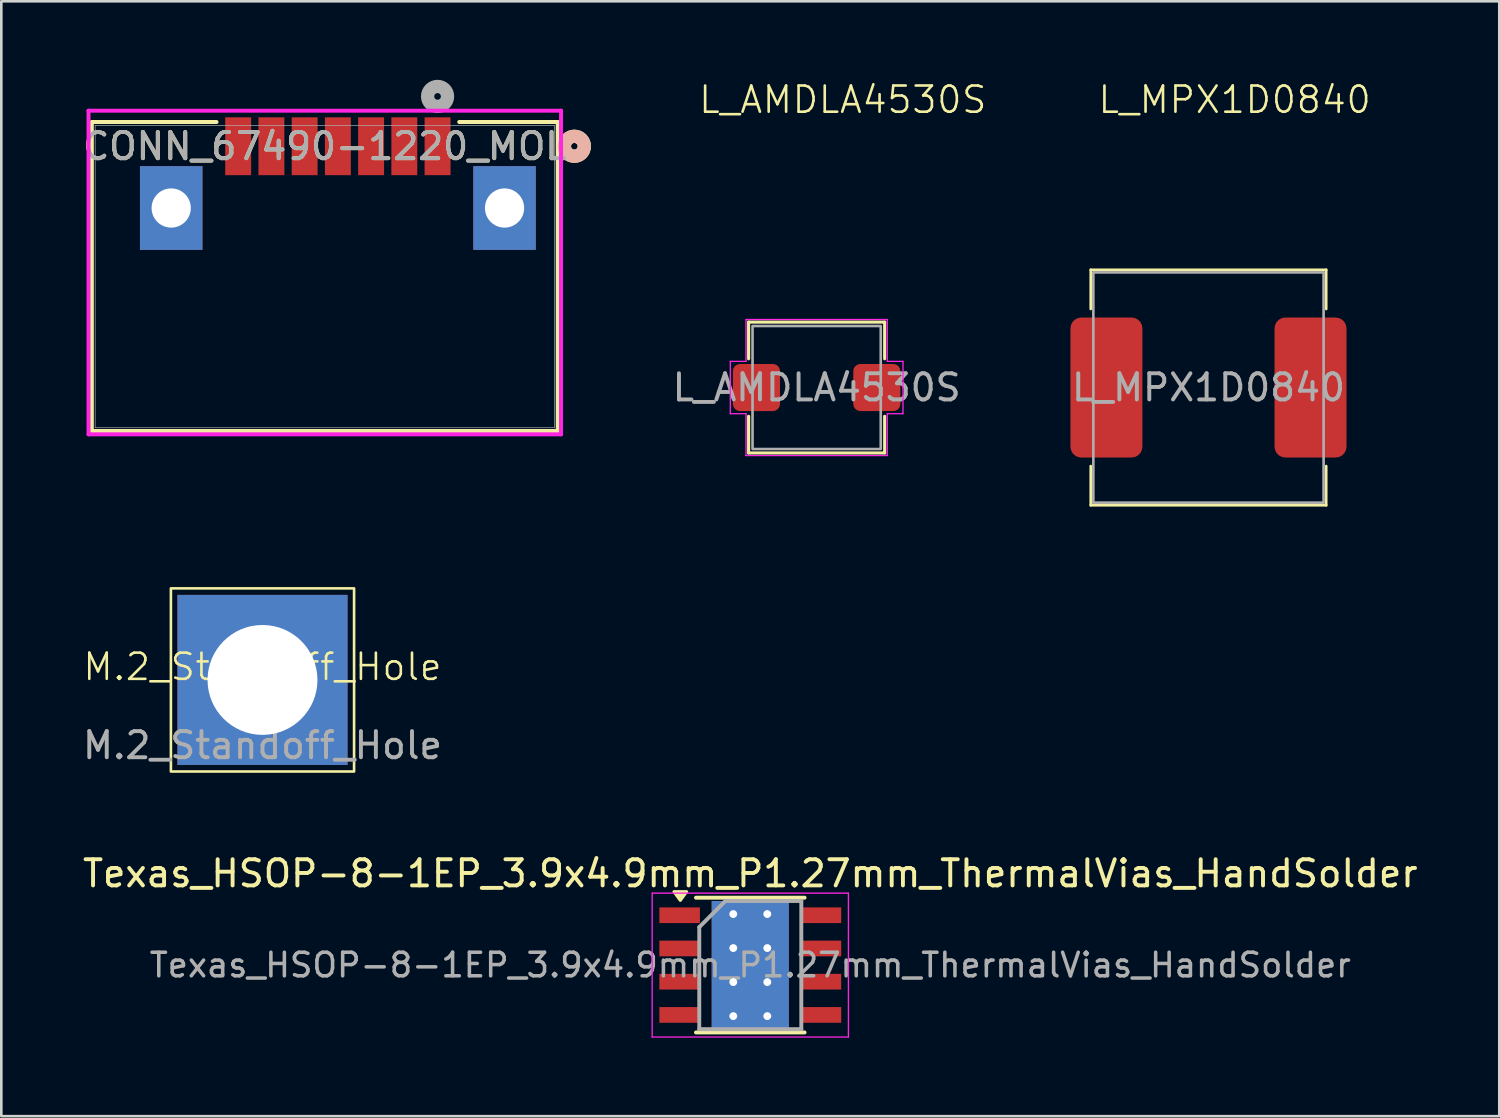
<source format=kicad_pcb>
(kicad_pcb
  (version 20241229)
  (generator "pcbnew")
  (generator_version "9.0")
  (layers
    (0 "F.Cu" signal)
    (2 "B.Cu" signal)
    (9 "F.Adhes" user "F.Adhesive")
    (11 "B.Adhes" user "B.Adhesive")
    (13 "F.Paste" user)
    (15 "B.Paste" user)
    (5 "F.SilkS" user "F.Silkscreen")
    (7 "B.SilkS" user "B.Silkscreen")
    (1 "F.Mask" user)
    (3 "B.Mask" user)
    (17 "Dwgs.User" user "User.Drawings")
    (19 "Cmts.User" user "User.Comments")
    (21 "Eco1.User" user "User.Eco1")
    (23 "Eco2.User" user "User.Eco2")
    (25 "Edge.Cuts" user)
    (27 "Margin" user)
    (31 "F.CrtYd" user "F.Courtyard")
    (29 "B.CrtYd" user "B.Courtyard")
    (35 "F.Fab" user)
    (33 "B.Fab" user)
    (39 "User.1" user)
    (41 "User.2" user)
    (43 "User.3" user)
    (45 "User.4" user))
  (footprint "Texas_HSOP-8-1EP_3.9x4.9mm_P1.27mm_ThermalVias_HandSolder"
    (layer "F.Cu")
    (at 25.625 33.834)
    (property "Reference" "Texas_HSOP-8-1EP_3.9x4.9mm_P1.27mm_ThermalVias_HandSolder" (at 0 -3.5 0) (layer "F.SilkS") (effects (font (size 1 1) (thickness 0.15))))
    (attr smd)
    (fp_line (start -2.075 -2.575) (end 2.075 -2.575) (stroke (width 0.15) (type solid)) (layer "F.SilkS"))
    (fp_line (start -2.075 2.575) (end 2.075 2.575) (stroke (width 0.15) (type solid)) (layer "F.SilkS"))
    (fp_poly (pts (xy -2.675 -2.475) (xy -2.915 -2.805) (xy -2.435 -2.805) (xy -2.675 -2.475)) (stroke (width 0.12) (type solid)) (fill yes) (layer "F.SilkS"))
    (fp_line (start -3.75 -2.75) (end -3.75 2.75) (stroke (width 0.05) (type solid)) (layer "F.CrtYd"))
    (fp_line (start -3.75 -2.75) (end 3.75 -2.75) (stroke (width 0.05) (type solid)) (layer "F.CrtYd"))
    (fp_line (start -3.75 2.75) (end 3.75 2.75) (stroke (width 0.05) (type solid)) (layer "F.CrtYd"))
    (fp_line (start 3.75 -2.75) (end 3.75 2.75) (stroke (width 0.05) (type solid)) (layer "F.CrtYd"))
    (fp_line (start -1.95 -1.45) (end -0.95 -2.45) (stroke (width 0.15) (type solid)) (layer "F.Fab"))
    (fp_line (start -1.95 2.45) (end -1.95 -1.45) (stroke (width 0.15) (type solid)) (layer "F.Fab"))
    (fp_line (start -0.95 -2.45) (end 1.95 -2.45) (stroke (width 0.15) (type solid)) (layer "F.Fab"))
    (fp_line (start 1.95 -2.45) (end 1.95 2.45) (stroke (width 0.15) (type solid)) (layer "F.Fab"))
    (fp_line (start 1.95 2.45) (end -1.95 2.45) (stroke (width 0.15) (type solid)) (layer "F.Fab"))
    (fp_text user "${REFERENCE}" (at 0 0 0) (layer "F.Fab") (effects (font (size 0.9 0.9) (thickness 0.135))))
    (pad "" smd rect (at 0 0) (size 2.6 3.1) (layers "F.Mask"))
    (pad "" smd rect (at 0 0) (size 2.6 3.1) (layers "*.Paste"))
    (pad "1" smd rect (at -2.7 -1.905) (size 1.55 0.6) (layers "F.Cu" "F.Mask" "F.Paste"))
    (pad "2" smd rect (at -2.7 -0.635) (size 1.55 0.6) (layers "F.Cu" "F.Mask" "F.Paste"))
    (pad "3" smd rect (at -2.7 0.635) (size 1.55 0.6) (layers "F.Cu" "F.Mask" "F.Paste"))
    (pad "4" smd rect (at -2.7 1.905) (size 1.55 0.6) (layers "F.Cu" "F.Mask" "F.Paste"))
    (pad "5" smd rect (at 2.7 1.905) (size 1.55 0.6) (layers "F.Cu" "F.Mask" "F.Paste"))
    (pad "6" smd rect (at 2.7 0.635) (size 1.55 0.6) (layers "F.Cu" "F.Mask" "F.Paste"))
    (pad "7" smd rect (at 2.7 -0.635) (size 1.55 0.6) (layers "F.Cu" "F.Mask" "F.Paste"))
    (pad "8" smd rect (at 2.7 -1.905) (size 1.55 0.6) (layers "F.Cu" "F.Mask" "F.Paste"))
    (pad "9" thru_hole circle (at -0.65 -1.95) (size 0.6 0.6) (drill 0.3) (layers "*.Cu"))
    (pad "9" thru_hole circle (at -0.65 -0.65) (size 0.6 0.6) (drill 0.3) (layers "*.Cu"))
    (pad "9" thru_hole circle (at -0.65 0.65) (size 0.6 0.6) (drill 0.3) (layers "*.Cu"))
    (pad "9" thru_hole circle (at -0.65 1.95) (size 0.6 0.6) (drill 0.3) (layers "*.Cu"))
    (pad "9" smd rect (at 0 0) (size 2.95 4.9) (layers "F.Cu"))
    (pad "9" smd rect (at 0 0) (size 2.95 4.9) (layers "B.Cu"))
    (pad "9" thru_hole circle (at 0.65 -1.95) (size 0.6 0.6) (drill 0.3) (layers "*.Cu"))
    (pad "9" thru_hole circle (at 0.65 -0.65) (size 0.6 0.6) (drill 0.3) (layers "*.Cu"))
    (pad "9" thru_hole circle (at 0.65 0.65) (size 0.6 0.6) (drill 0.3) (layers "*.Cu"))
    (pad "9" thru_hole circle (at 0.65 1.95) (size 0.6 0.6) (drill 0.3) (layers "*.Cu")))
  (footprint "M.2_Standoff_Hole"
    (layer "F.Cu")
    (at 6.982 22.936)
    (property "Reference" "M.2_Standoff_Hole" (at 0 -0.5 0) (unlocked yes) (layer "F.SilkS") (effects (font (size 1 1) (thickness 0.1))))
    (attr smd)
    (fp_rect (start -3.5 -3.5) (end 3.5 3.5) (stroke (width 0.1) (type default)) (fill no) (layer "F.SilkS"))
    (fp_text user "${REFERENCE}" (at 0 2.5 0) (unlocked yes) (layer "F.Fab") (effects (font (size 1 1) (thickness 0.15))))
    (pad "1" thru_hole rect (at 0 0) (size 6.5 6.5) (drill 4.2) (layers "*.Cu" "*.Mask")))
  (footprint "L_MPX1D0840"
    (layer "F.Cu")
    (at 43.136 11.761)
    (property "Reference" "L_MPX1D0840" (at 1 -11 0) (unlocked yes) (layer "F.SilkS") (effects (font (size 1 1) (thickness 0.1))))
    (attr smd)
    (fp_line (start -4.5 -4.5) (end 4.5 -4.5) (stroke (width 0.1) (type default)) (layer "F.SilkS"))
    (fp_line (start -4.5 -3) (end -4.5 -4.5) (stroke (width 0.1) (type default)) (layer "F.SilkS"))
    (fp_line (start -4.5 4.5) (end -4.5 3) (stroke (width 0.1) (type default)) (layer "F.SilkS"))
    (fp_line (start 4.5 -3) (end 4.5 -4.5) (stroke (width 0.1) (type default)) (layer "F.SilkS"))
    (fp_line (start 4.5 4.5) (end -4.5 4.5) (stroke (width 0.1) (type default)) (layer "F.SilkS"))
    (fp_line (start 4.5 4.5) (end 4.5 3) (stroke (width 0.1) (type default)) (layer "F.SilkS"))
    (fp_line (start -5.4 -2.7) (end -4.6 -2.7) (stroke (width 0.05) (type solid)) (layer "Margin"))
    (fp_line (start -5.4 2.7) (end -5.4 -2.7) (stroke (width 0.05) (type solid)) (layer "Margin"))
    (fp_line (start -4.6 -4.6) (end 4.6 -4.6) (stroke (width 0.05) (type solid)) (layer "Margin"))
    (fp_line (start -4.6 -2.7) (end -4.6 -4.6) (stroke (width 0.05) (type solid)) (layer "Margin"))
    (fp_line (start -4.6 4.6) (end -4.6 2.4) (stroke (width 0.05) (type solid)) (layer "Margin"))
    (fp_line (start -4.5 2.7) (end -5.4 2.7) (stroke (width 0.05) (type solid)) (layer "Margin"))
    (fp_line (start 4.6 -4.6) (end 4.6 -2.7) (stroke (width 0.05) (type solid)) (layer "Margin"))
    (fp_line (start 4.6 -2.7) (end 5.4 -2.7) (stroke (width 0.05) (type solid)) (layer "Margin"))
    (fp_line (start 4.6 2.7) (end 4.6 4.6) (stroke (width 0.05) (type solid)) (layer "Margin"))
    (fp_line (start 4.6 4.6) (end -4.6 4.6) (stroke (width 0.05) (type solid)) (layer "Margin"))
    (fp_line (start 5.4 -2.7) (end 5.4 2.7) (stroke (width 0.05) (type solid)) (layer "Margin"))
    (fp_line (start 5.4 2.7) (end 4.6 2.7) (stroke (width 0.05) (type solid)) (layer "Margin"))
    (fp_line (start -4.4 -4.4) (end 4.4 -4.4) (stroke (width 0.1) (type default)) (layer "F.Fab"))
    (fp_line (start -4.4 4.4) (end -4.4 -4.4) (stroke (width 0.1) (type default)) (layer "F.Fab"))
    (fp_line (start 4.4 -4.4) (end 4.4 4.4) (stroke (width 0.1) (type default)) (layer "F.Fab"))
    (fp_line (start 4.4 4.4) (end -4.4 4.4) (stroke (width 0.1) (type default)) (layer "F.Fab"))
    (fp_text user "${REFERENCE}" (at 0 0 0) (layer "F.Fab") (effects (font (size 1 1) (thickness 0.15))))
    (pad "1" smd roundrect (at -3.9 0) (size 2.75 5.35) (layers "F.Cu" "F.Mask" "F.Paste") (roundrect_rratio 0.15))
    (pad "2" smd roundrect (at 3.9 0) (size 2.75 5.35) (layers "F.Cu" "F.Mask" "F.Paste") (roundrect_rratio 0.15)))
  (footprint "L_AMDLA4530S"
    (layer "F.Cu")
    (at 28.161 11.761)
    (property "Reference" "L_AMDLA4530S" (at 1 -11 0) (unlocked yes) (layer "F.SilkS") (effects (font (size 1 1) (thickness 0.1))))
    (attr smd)
    (fp_line (start -2.6 -2.5) (end 2.6 -2.5) (stroke (width 0.12) (type solid)) (layer "F.SilkS"))
    (fp_line (start -2.6 -1.1) (end -2.6 -2.5) (stroke (width 0.12) (type solid)) (layer "F.SilkS"))
    (fp_line (start -2.6 2.5) (end -2.6 1.1) (stroke (width 0.12) (type solid)) (layer "F.SilkS"))
    (fp_line (start 2.6 -2.5) (end 2.6 -1.1) (stroke (width 0.12) (type solid)) (layer "F.SilkS"))
    (fp_line (start 2.6 1.1) (end 2.6 2.5) (stroke (width 0.12) (type solid)) (layer "F.SilkS"))
    (fp_line (start 2.6 2.5) (end -2.6 2.5) (stroke (width 0.12) (type solid)) (layer "F.SilkS"))
    (fp_line (start -3.3 -1) (end -3.3 1) (stroke (width 0.05) (type default)) (layer "F.CrtYd"))
    (fp_line (start -3.3 1) (end -2.7 1) (stroke (width 0.05) (type default)) (layer "F.CrtYd"))
    (fp_line (start -2.7 -2.6) (end -2.7 -1) (stroke (width 0.05) (type default)) (layer "F.CrtYd"))
    (fp_line (start -2.7 -1) (end -3.3 -1) (stroke (width 0.05) (type default)) (layer "F.CrtYd"))
    (fp_line (start -2.7 1) (end -2.7 2.6) (stroke (width 0.05) (type default)) (layer "F.CrtYd"))
    (fp_line (start -2.7 2.6) (end 2.7 2.6) (stroke (width 0.05) (type default)) (layer "F.CrtYd"))
    (fp_line (start 2.7 -2.6) (end -2.7 -2.6) (stroke (width 0.05) (type default)) (layer "F.CrtYd"))
    (fp_line (start 2.7 -1) (end 2.7 -2.6) (stroke (width 0.05) (type default)) (layer "F.CrtYd"))
    (fp_line (start 2.7 1) (end 3.3 1) (stroke (width 0.05) (type default)) (layer "F.CrtYd"))
    (fp_line (start 2.7 2.6) (end 2.7 1) (stroke (width 0.05) (type default)) (layer "F.CrtYd"))
    (fp_line (start 3.3 -1) (end 2.7 -1) (stroke (width 0.05) (type default)) (layer "F.CrtYd"))
    (fp_line (start 3.3 1) (end 3.3 -1) (stroke (width 0.05) (type default)) (layer "F.CrtYd"))
    (fp_rect (start -2.45 -2.35) (end 2.45 2.35) (stroke (width 0.1) (type solid)) (fill no) (layer "F.Fab"))
    (fp_text user "${REFERENCE}" (at 0 0 0) (layer "F.Fab") (effects (font (size 1 1) (thickness 0.15))))
    (pad "1" smd roundrect (at -2.3 0) (size 1.8 1.8) (layers "F.Cu" "F.Mask" "F.Paste") (roundrect_rratio 0.15))
    (pad "2" smd roundrect (at 2.3 0) (size 1.8 1.8) (layers "F.Cu" "F.Mask" "F.Paste") (roundrect_rratio 0.15)))
  (footprint "CONN_67490-1220_MOL"
    (layer "F.Cu")
    (at 9.363 7.518)
    (property "Reference" "CONN_67490-1220_MOL" (at 0 -4.978 0) (unlocked yes) (layer "F.SilkS") (effects (font (size 1 1) (thickness 0.15))))
    (attr smd)
    (fp_line (start -8.903 -5.905) (end -8.903 5.905) (stroke (width 0.152) (type solid)) (layer "F.SilkS"))
    (fp_line (start -8.903 5.905) (end 8.903 5.905) (stroke (width 0.152) (type solid)) (layer "F.SilkS"))
    (fp_line (start -4.138 -5.905) (end -8.903 -5.905) (stroke (width 0.152) (type solid)) (layer "F.SilkS"))
    (fp_line (start 8.903 -5.905) (end 5.138 -5.905) (stroke (width 0.152) (type solid)) (layer "F.SilkS"))
    (fp_line (start 8.903 5.905) (end 8.903 -5.905) (stroke (width 0.152) (type solid)) (layer "F.SilkS"))
    (fp_circle (center 9.538 -4.978) (end 9.919 -4.978) (stroke (width 0.508) (type solid)) (fill no) (layer "F.SilkS"))
    (fp_circle (center 9.538 -4.978) (end 9.919 -4.978) (stroke (width 0.508) (type solid)) (fill no) (layer "B.SilkS"))
    (fp_line (start -9.03 -6.337) (end -9.03 6.032) (stroke (width 0.152) (type solid)) (layer "F.CrtYd"))
    (fp_line (start -9.03 6.032) (end 9.03 6.032) (stroke (width 0.152) (type solid)) (layer "F.CrtYd"))
    (fp_line (start 9.03 -6.337) (end -9.03 -6.337) (stroke (width 0.152) (type solid)) (layer "F.CrtYd"))
    (fp_line (start 9.03 6.032) (end 9.03 -6.337) (stroke (width 0.152) (type solid)) (layer "F.CrtYd"))
    (fp_line (start -8.776 -5.778) (end -8.776 5.779) (stroke (width 0.025) (type solid)) (layer "F.Fab"))
    (fp_line (start -8.776 5.779) (end 8.776 5.779) (stroke (width 0.025) (type solid)) (layer "F.Fab"))
    (fp_line (start 8.776 -5.778) (end -8.776 -5.778) (stroke (width 0.025) (type solid)) (layer "F.Fab"))
    (fp_line (start 8.776 5.779) (end 8.776 -5.778) (stroke (width 0.025) (type solid)) (layer "F.Fab"))
    (fp_circle (center 4.31 -6.883) (end 4.691 -6.883) (stroke (width 0.508) (type solid)) (fill no) (layer "F.Fab"))
    (fp_text user "${REFERENCE}" (at 0 -4.978 0) (unlocked yes) (layer "F.Fab") (effects (font (size 1 1) (thickness 0.15))))
    (pad "1" smd rect (at 4.31 -4.978) (size 0.991 2.21) (layers "F.Cu" "F.Mask" "F.Paste"))
    (pad "2" smd rect (at 3.04 -4.978) (size 0.991 2.21) (layers "F.Cu" "F.Mask" "F.Paste"))
    (pad "3" smd rect (at 1.77 -4.978) (size 0.991 2.21) (layers "F.Cu" "F.Mask" "F.Paste"))
    (pad "4" smd rect (at 0.5 -4.978) (size 0.991 2.21) (layers "F.Cu" "F.Mask" "F.Paste"))
    (pad "5" smd rect (at -0.77 -4.978) (size 0.991 2.21) (layers "F.Cu" "F.Mask" "F.Paste"))
    (pad "6" smd rect (at -2.04 -4.978) (size 0.991 2.21) (layers "F.Cu" "F.Mask" "F.Paste"))
    (pad "7" smd rect (at -3.31 -4.978) (size 0.991 2.21) (layers "F.Cu" "F.Mask" "F.Paste"))
    (pad "8" thru_hole rect (at -5.87 -2.618) (size 2.388 3.2) (drill 1.499) (layers "*.Cu" "*.Mask"))
    (pad "8" thru_hole rect (at 6.87 -2.618) (size 2.388 3.2) (drill 1.499) (layers "*.Cu" "*.Mask")))
  (gr_rect
    (start -3 -3)
    (end 54.25 39.609)
    (stroke (width 0.1) (type default))
    (fill no)
    (layer "Edge.Cuts")))
</source>
